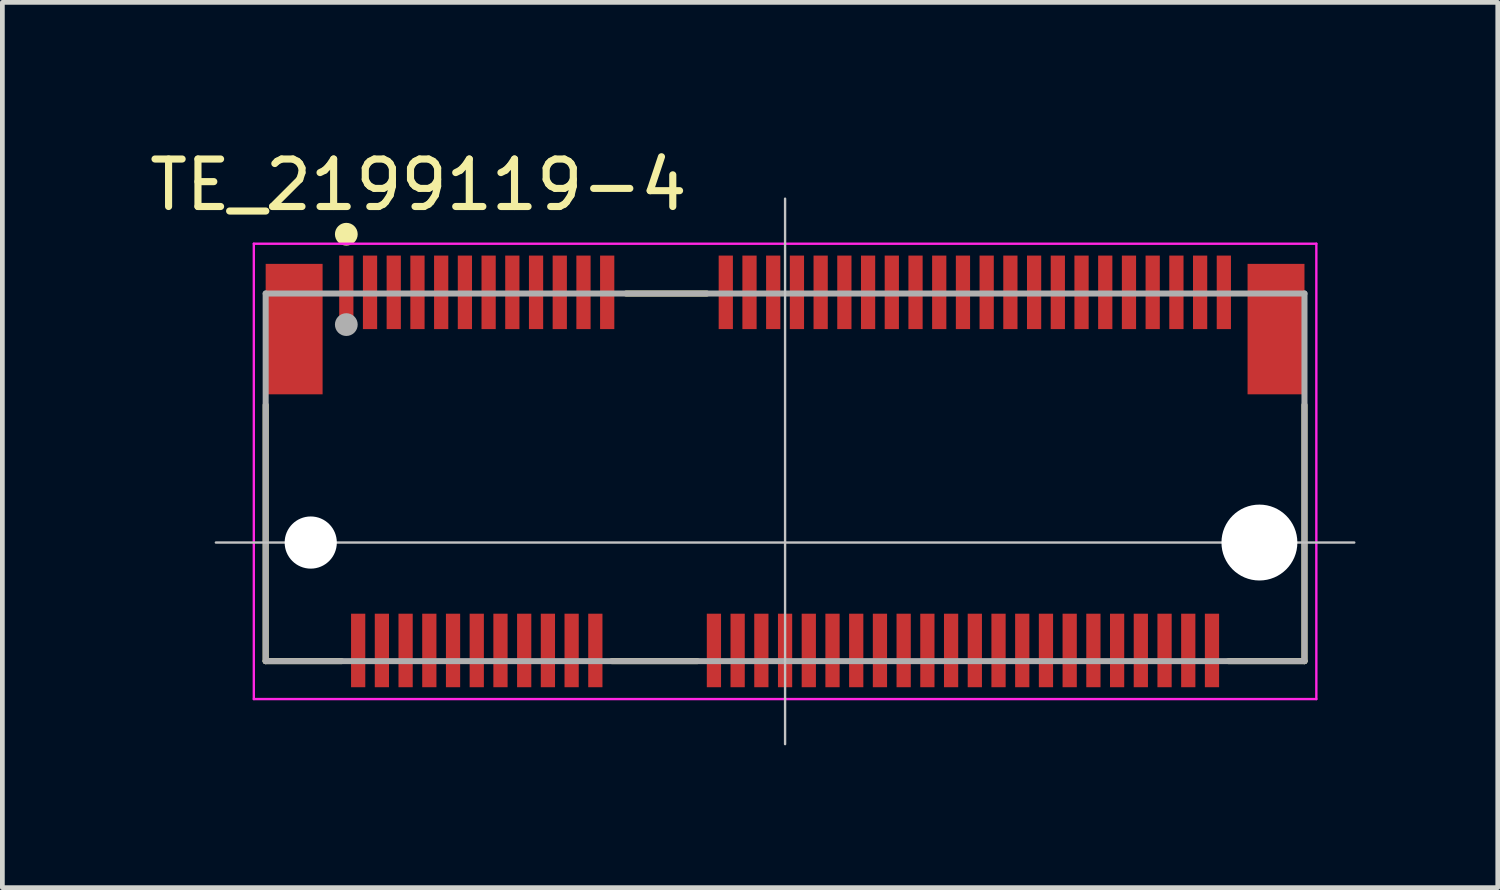
<source format=kicad_pcb>
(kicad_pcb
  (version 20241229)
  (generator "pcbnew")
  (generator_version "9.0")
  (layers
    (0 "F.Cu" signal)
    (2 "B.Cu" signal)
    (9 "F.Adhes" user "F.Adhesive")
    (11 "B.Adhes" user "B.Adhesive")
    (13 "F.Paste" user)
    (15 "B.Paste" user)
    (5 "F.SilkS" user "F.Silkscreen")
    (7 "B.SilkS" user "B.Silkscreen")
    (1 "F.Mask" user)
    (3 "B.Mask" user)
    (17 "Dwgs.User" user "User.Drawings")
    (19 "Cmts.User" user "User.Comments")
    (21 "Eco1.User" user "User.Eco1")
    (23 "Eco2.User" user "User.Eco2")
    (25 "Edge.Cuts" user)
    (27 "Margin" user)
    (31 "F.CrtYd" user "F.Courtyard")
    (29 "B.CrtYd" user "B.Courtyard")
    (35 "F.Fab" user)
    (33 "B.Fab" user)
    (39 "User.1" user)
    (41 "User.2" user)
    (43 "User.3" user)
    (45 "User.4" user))
  (footprint "TE_2199119-4"
    (layer "F.Cu")
    (at 13.501 8.388)
    (property "Reference" "TE_2199119-4" (at -7.73 -7.54 0) (layer "F.SilkS") (effects (font (size 1.001 1.001) (thickness 0.15))))
    (attr smd)
    (fp_line (start -10.95 -2.9) (end -10.95 2.5) (stroke (width 0.127) (type solid)) (layer "F.SilkS"))
    (fp_line (start -10.95 2.5) (end -9.35 2.5) (stroke (width 0.127) (type solid)) (layer "F.SilkS"))
    (fp_line (start -3.65 2.5) (end -1.85 2.5) (stroke (width 0.127) (type solid)) (layer "F.SilkS"))
    (fp_line (start -3.35 -5.25) (end -1.65 -5.25) (stroke (width 0.127) (type solid)) (layer "F.SilkS"))
    (fp_line (start 9.35 2.5) (end 10.95 2.5) (stroke (width 0.127) (type solid)) (layer "F.SilkS"))
    (fp_line (start 10.95 2.5) (end 10.95 -2.9) (stroke (width 0.127) (type solid)) (layer "F.SilkS"))
    (fp_circle (center -9.25 -6.5) (end -9.13 -6.5) (stroke (width 0.24) (type solid)) (fill no) (layer "F.SilkS"))
    (fp_line (start -12 0) (end 12 0) (stroke (width 0.05) (type solid)) (layer "Dwgs.User"))
    (fp_line (start 0 -7.25) (end 0 4.25) (stroke (width 0.05) (type solid)) (layer "Dwgs.User"))
    (fp_line (start -11.2 -6.3) (end 11.2 -6.3) (stroke (width 0.05) (type solid)) (layer "F.CrtYd"))
    (fp_line (start -11.2 3.3) (end -11.2 -6.3) (stroke (width 0.05) (type solid)) (layer "F.CrtYd"))
    (fp_line (start 11.2 -6.3) (end 11.2 3.3) (stroke (width 0.05) (type solid)) (layer "F.CrtYd"))
    (fp_line (start 11.2 3.3) (end -11.2 3.3) (stroke (width 0.05) (type solid)) (layer "F.CrtYd"))
    (fp_line (start -10.95 -5.25) (end 10.95 -5.25) (stroke (width 0.127) (type solid)) (layer "F.Fab"))
    (fp_line (start -10.95 2.5) (end -10.95 -5.25) (stroke (width 0.127) (type solid)) (layer "F.Fab"))
    (fp_line (start 10.95 -5.25) (end 10.95 2.5) (stroke (width 0.127) (type solid)) (layer "F.Fab"))
    (fp_line (start 10.95 2.5) (end -10.95 2.5) (stroke (width 0.127) (type solid)) (layer "F.Fab"))
    (fp_circle (center -9.25 -4.595) (end -9.13 -4.595) (stroke (width 0.24) (type solid)) (fill no) (layer "F.Fab"))
    (pad "" np_thru_hole circle (at -10 0) (size 1.1 1.1) (drill 1.1) (layers "*.Cu" "*.Mask"))
    (pad "" np_thru_hole circle (at 10 0) (size 1.6 1.6) (drill 1.6) (layers "*.Cu" "*.Mask"))
    (pad "1" smd rect (at -9.25 -5.275) (size 0.3 1.55) (layers "F.Cu" "F.Mask" "F.Paste"))
    (pad "2" smd rect (at -9 2.275) (size 0.3 1.55) (layers "F.Cu" "F.Mask" "F.Paste"))
    (pad "3" smd rect (at -8.75 -5.275) (size 0.3 1.55) (layers "F.Cu" "F.Mask" "F.Paste"))
    (pad "4" smd rect (at -8.5 2.275) (size 0.3 1.55) (layers "F.Cu" "F.Mask" "F.Paste"))
    (pad "5" smd rect (at -8.25 -5.275) (size 0.3 1.55) (layers "F.Cu" "F.Mask" "F.Paste"))
    (pad "6" smd rect (at -8 2.275) (size 0.3 1.55) (layers "F.Cu" "F.Mask" "F.Paste"))
    (pad "7" smd rect (at -7.75 -5.275) (size 0.3 1.55) (layers "F.Cu" "F.Mask" "F.Paste"))
    (pad "8" smd rect (at -7.5 2.275) (size 0.3 1.55) (layers "F.Cu" "F.Mask" "F.Paste"))
    (pad "9" smd rect (at -7.25 -5.275) (size 0.3 1.55) (layers "F.Cu" "F.Mask" "F.Paste"))
    (pad "10" smd rect (at -7 2.275) (size 0.3 1.55) (layers "F.Cu" "F.Mask" "F.Paste"))
    (pad "11" smd rect (at -6.75 -5.275) (size 0.3 1.55) (layers "F.Cu" "F.Mask" "F.Paste"))
    (pad "12" smd rect (at -6.5 2.275) (size 0.3 1.55) (layers "F.Cu" "F.Mask" "F.Paste"))
    (pad "13" smd rect (at -6.25 -5.275) (size 0.3 1.55) (layers "F.Cu" "F.Mask" "F.Paste"))
    (pad "14" smd rect (at -6 2.275) (size 0.3 1.55) (layers "F.Cu" "F.Mask" "F.Paste"))
    (pad "15" smd rect (at -5.75 -5.275) (size 0.3 1.55) (layers "F.Cu" "F.Mask" "F.Paste"))
    (pad "16" smd rect (at -5.5 2.275) (size 0.3 1.55) (layers "F.Cu" "F.Mask" "F.Paste"))
    (pad "17" smd rect (at -5.25 -5.275) (size 0.3 1.55) (layers "F.Cu" "F.Mask" "F.Paste"))
    (pad "18" smd rect (at -5 2.275) (size 0.3 1.55) (layers "F.Cu" "F.Mask" "F.Paste"))
    (pad "19" smd rect (at -4.75 -5.275) (size 0.3 1.55) (layers "F.Cu" "F.Mask" "F.Paste"))
    (pad "20" smd rect (at -4.5 2.275) (size 0.3 1.55) (layers "F.Cu" "F.Mask" "F.Paste"))
    (pad "21" smd rect (at -4.25 -5.275) (size 0.3 1.55) (layers "F.Cu" "F.Mask" "F.Paste"))
    (pad "22" smd rect (at -4 2.275) (size 0.3 1.55) (layers "F.Cu" "F.Mask" "F.Paste"))
    (pad "23" smd rect (at -3.75 -5.275) (size 0.3 1.55) (layers "F.Cu" "F.Mask" "F.Paste"))
    (pad "32" smd rect (at -1.5 2.275) (size 0.3 1.55) (layers "F.Cu" "F.Mask" "F.Paste"))
    (pad "33" smd rect (at -1.25 -5.275) (size 0.3 1.55) (layers "F.Cu" "F.Mask" "F.Paste"))
    (pad "34" smd rect (at -1 2.275) (size 0.3 1.55) (layers "F.Cu" "F.Mask" "F.Paste"))
    (pad "35" smd rect (at -0.75 -5.275) (size 0.3 1.55) (layers "F.Cu" "F.Mask" "F.Paste"))
    (pad "36" smd rect (at -0.5 2.275) (size 0.3 1.55) (layers "F.Cu" "F.Mask" "F.Paste"))
    (pad "37" smd rect (at -0.25 -5.275) (size 0.3 1.55) (layers "F.Cu" "F.Mask" "F.Paste"))
    (pad "38" smd rect (at 0 2.275) (size 0.3 1.55) (layers "F.Cu" "F.Mask" "F.Paste"))
    (pad "39" smd rect (at 0.25 -5.275) (size 0.3 1.55) (layers "F.Cu" "F.Mask" "F.Paste"))
    (pad "40" smd rect (at 0.5 2.275) (size 0.3 1.55) (layers "F.Cu" "F.Mask" "F.Paste"))
    (pad "41" smd rect (at 0.75 -5.275) (size 0.3 1.55) (layers "F.Cu" "F.Mask" "F.Paste"))
    (pad "42" smd rect (at 1 2.275) (size 0.3 1.55) (layers "F.Cu" "F.Mask" "F.Paste"))
    (pad "43" smd rect (at 1.25 -5.275) (size 0.3 1.55) (layers "F.Cu" "F.Mask" "F.Paste"))
    (pad "44" smd rect (at 1.5 2.275) (size 0.3 1.55) (layers "F.Cu" "F.Mask" "F.Paste"))
    (pad "45" smd rect (at 1.75 -5.275) (size 0.3 1.55) (layers "F.Cu" "F.Mask" "F.Paste"))
    (pad "46" smd rect (at 2 2.275) (size 0.3 1.55) (layers "F.Cu" "F.Mask" "F.Paste"))
    (pad "47" smd rect (at 2.25 -5.275) (size 0.3 1.55) (layers "F.Cu" "F.Mask" "F.Paste"))
    (pad "48" smd rect (at 2.5 2.275) (size 0.3 1.55) (layers "F.Cu" "F.Mask" "F.Paste"))
    (pad "49" smd rect (at 2.75 -5.275) (size 0.3 1.55) (layers "F.Cu" "F.Mask" "F.Paste"))
    (pad "50" smd rect (at 3 2.275) (size 0.3 1.55) (layers "F.Cu" "F.Mask" "F.Paste"))
    (pad "51" smd rect (at 3.25 -5.275) (size 0.3 1.55) (layers "F.Cu" "F.Mask" "F.Paste"))
    (pad "52" smd rect (at 3.5 2.275) (size 0.3 1.55) (layers "F.Cu" "F.Mask" "F.Paste"))
    (pad "53" smd rect (at 3.75 -5.275) (size 0.3 1.55) (layers "F.Cu" "F.Mask" "F.Paste"))
    (pad "54" smd rect (at 4 2.275) (size 0.3 1.55) (layers "F.Cu" "F.Mask" "F.Paste"))
    (pad "55" smd rect (at 4.25 -5.275) (size 0.3 1.55) (layers "F.Cu" "F.Mask" "F.Paste"))
    (pad "56" smd rect (at 4.5 2.275) (size 0.3 1.55) (layers "F.Cu" "F.Mask" "F.Paste"))
    (pad "57" smd rect (at 4.75 -5.275) (size 0.3 1.55) (layers "F.Cu" "F.Mask" "F.Paste"))
    (pad "58" smd rect (at 5 2.275) (size 0.3 1.55) (layers "F.Cu" "F.Mask" "F.Paste"))
    (pad "59" smd rect (at 5.25 -5.275) (size 0.3 1.55) (layers "F.Cu" "F.Mask" "F.Paste"))
    (pad "60" smd rect (at 5.5 2.275) (size 0.3 1.55) (layers "F.Cu" "F.Mask" "F.Paste"))
    (pad "61" smd rect (at 5.75 -5.275) (size 0.3 1.55) (layers "F.Cu" "F.Mask" "F.Paste"))
    (pad "62" smd rect (at 6 2.275) (size 0.3 1.55) (layers "F.Cu" "F.Mask" "F.Paste"))
    (pad "63" smd rect (at 6.25 -5.275) (size 0.3 1.55) (layers "F.Cu" "F.Mask" "F.Paste"))
    (pad "64" smd rect (at 6.5 2.275) (size 0.3 1.55) (layers "F.Cu" "F.Mask" "F.Paste"))
    (pad "65" smd rect (at 6.75 -5.275) (size 0.3 1.55) (layers "F.Cu" "F.Mask" "F.Paste"))
    (pad "66" smd rect (at 7 2.275) (size 0.3 1.55) (layers "F.Cu" "F.Mask" "F.Paste"))
    (pad "67" smd rect (at 7.25 -5.275) (size 0.3 1.55) (layers "F.Cu" "F.Mask" "F.Paste"))
    (pad "68" smd rect (at 7.5 2.275) (size 0.3 1.55) (layers "F.Cu" "F.Mask" "F.Paste"))
    (pad "69" smd rect (at 7.75 -5.275) (size 0.3 1.55) (layers "F.Cu" "F.Mask" "F.Paste"))
    (pad "70" smd rect (at 8 2.275) (size 0.3 1.55) (layers "F.Cu" "F.Mask" "F.Paste"))
    (pad "71" smd rect (at 8.25 -5.275) (size 0.3 1.55) (layers "F.Cu" "F.Mask" "F.Paste"))
    (pad "72" smd rect (at 8.5 2.275) (size 0.3 1.55) (layers "F.Cu" "F.Mask" "F.Paste"))
    (pad "73" smd rect (at 8.75 -5.275) (size 0.3 1.55) (layers "F.Cu" "F.Mask" "F.Paste"))
    (pad "74" smd rect (at 9 2.275) (size 0.3 1.55) (layers "F.Cu" "F.Mask" "F.Paste"))
    (pad "75" smd rect (at 9.25 -5.275) (size 0.3 1.55) (layers "F.Cu" "F.Mask" "F.Paste"))
    (pad "SH1" smd rect (at -10.35 -4.5) (size 1.2 2.75) (layers "F.Cu" "F.Mask" "F.Paste"))
    (pad "SH2" smd rect (at 10.35 -4.5) (size 1.2 2.75) (layers "F.Cu" "F.Mask" "F.Paste")))
  (gr_rect
    (start -3 -3)
    (end 28.526 15.663)
    (stroke (width 0.1) (type default))
    (fill no)
    (layer "Edge.Cuts")))
</source>
